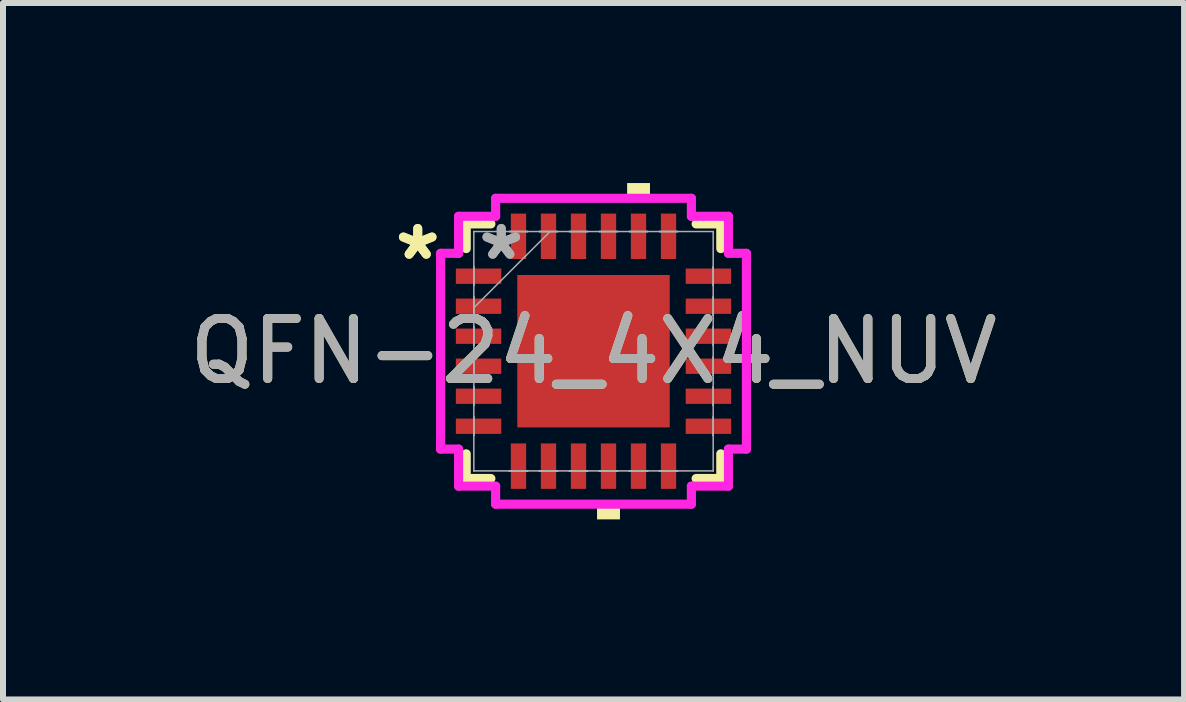
<source format=kicad_pcb>
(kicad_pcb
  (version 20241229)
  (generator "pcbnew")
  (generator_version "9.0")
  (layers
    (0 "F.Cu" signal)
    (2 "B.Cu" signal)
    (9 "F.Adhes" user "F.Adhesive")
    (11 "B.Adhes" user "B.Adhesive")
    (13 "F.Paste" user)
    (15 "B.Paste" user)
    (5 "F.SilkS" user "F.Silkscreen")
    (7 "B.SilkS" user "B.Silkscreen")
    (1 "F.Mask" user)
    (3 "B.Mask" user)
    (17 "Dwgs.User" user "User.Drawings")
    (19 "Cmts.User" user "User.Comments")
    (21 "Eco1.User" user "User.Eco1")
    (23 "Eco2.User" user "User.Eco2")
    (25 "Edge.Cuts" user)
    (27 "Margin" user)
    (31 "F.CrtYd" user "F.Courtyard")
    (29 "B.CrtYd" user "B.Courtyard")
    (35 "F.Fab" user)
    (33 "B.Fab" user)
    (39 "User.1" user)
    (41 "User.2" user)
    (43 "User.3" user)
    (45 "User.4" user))
  (footprint "QFN-24_4X4_NUV"
    (layer "F.Cu")
    (at 6.839 2.802)
    (property "Reference" "QFN-24_4X4_NUV" (at 0 0 0) (unlocked yes) (layer "F.SilkS") (effects (font (size 1 1) (thickness 0.15))))
    (attr smd)
    (fp_line (start -2.121 -2.121) (end -2.121 -1.71) (stroke (width 0.152) (type solid)) (layer "F.SilkS"))
    (fp_line (start -2.121 1.71) (end -2.121 2.121) (stroke (width 0.152) (type solid)) (layer "F.SilkS"))
    (fp_line (start -2.121 2.121) (end -1.71 2.121) (stroke (width 0.152) (type solid)) (layer "F.SilkS"))
    (fp_line (start -1.71 -2.121) (end -2.121 -2.121) (stroke (width 0.152) (type solid)) (layer "F.SilkS"))
    (fp_line (start 1.71 2.121) (end 2.121 2.121) (stroke (width 0.152) (type solid)) (layer "F.SilkS"))
    (fp_line (start 2.121 -2.121) (end 1.71 -2.121) (stroke (width 0.152) (type solid)) (layer "F.SilkS"))
    (fp_line (start 2.121 -1.71) (end 2.121 -2.121) (stroke (width 0.152) (type solid)) (layer "F.SilkS"))
    (fp_line (start 2.121 2.121) (end 2.121 1.71) (stroke (width 0.152) (type solid)) (layer "F.SilkS"))
    (fp_poly (pts (xy 0.059 2.548) (xy 0.059 2.802) (xy 0.441 2.802) (xy 0.441 2.548)) (stroke (width 0) (type solid)) (fill yes) (layer "F.SilkS"))
    (fp_poly (pts (xy 0.56 -2.548) (xy 0.56 -2.802) (xy 0.941 -2.802) (xy 0.941 -2.548)) (stroke (width 0) (type solid)) (fill yes) (layer "F.SilkS"))
    (fp_poly (pts (xy -1.17 -1.17) (xy -1.17 -0.1) (xy -0.1 -0.1) (xy -0.1 -1.17)) (stroke (width 0) (type solid)) (fill yes) (layer "F.Paste"))
    (fp_poly (pts (xy -1.17 0.1) (xy -1.17 1.17) (xy -0.1 1.17) (xy -0.1 0.1)) (stroke (width 0) (type solid)) (fill yes) (layer "F.Paste"))
    (fp_poly (pts (xy 0.1 -1.17) (xy 0.1 -0.1) (xy 1.17 -0.1) (xy 1.17 -1.17)) (stroke (width 0) (type solid)) (fill yes) (layer "F.Paste"))
    (fp_poly (pts (xy 0.1 0.1) (xy 0.1 1.17) (xy 1.17 1.17) (xy 1.17 0.1)) (stroke (width 0) (type solid)) (fill yes) (layer "F.Paste"))
    (fp_line (start -2.548 -1.631) (end -2.248 -1.631) (stroke (width 0.152) (type solid)) (layer "F.CrtYd"))
    (fp_line (start -2.548 1.631) (end -2.548 -1.631) (stroke (width 0.152) (type solid)) (layer "F.CrtYd"))
    (fp_line (start -2.248 -2.248) (end -1.631 -2.248) (stroke (width 0.152) (type solid)) (layer "F.CrtYd"))
    (fp_line (start -2.248 -1.631) (end -2.248 -2.248) (stroke (width 0.152) (type solid)) (layer "F.CrtYd"))
    (fp_line (start -2.248 1.631) (end -2.548 1.631) (stroke (width 0.152) (type solid)) (layer "F.CrtYd"))
    (fp_line (start -2.248 2.248) (end -2.248 1.631) (stroke (width 0.152) (type solid)) (layer "F.CrtYd"))
    (fp_line (start -1.631 -2.548) (end 1.631 -2.548) (stroke (width 0.152) (type solid)) (layer "F.CrtYd"))
    (fp_line (start -1.631 -2.248) (end -1.631 -2.548) (stroke (width 0.152) (type solid)) (layer "F.CrtYd"))
    (fp_line (start -1.631 2.248) (end -2.248 2.248) (stroke (width 0.152) (type solid)) (layer "F.CrtYd"))
    (fp_line (start -1.631 2.548) (end -1.631 2.248) (stroke (width 0.152) (type solid)) (layer "F.CrtYd"))
    (fp_line (start 1.631 -2.548) (end 1.631 -2.248) (stroke (width 0.152) (type solid)) (layer "F.CrtYd"))
    (fp_line (start 1.631 -2.248) (end 2.248 -2.248) (stroke (width 0.152) (type solid)) (layer "F.CrtYd"))
    (fp_line (start 1.631 2.248) (end 1.631 2.548) (stroke (width 0.152) (type solid)) (layer "F.CrtYd"))
    (fp_line (start 1.631 2.548) (end -1.631 2.548) (stroke (width 0.152) (type solid)) (layer "F.CrtYd"))
    (fp_line (start 2.248 -2.248) (end 2.248 -1.631) (stroke (width 0.152) (type solid)) (layer "F.CrtYd"))
    (fp_line (start 2.248 -1.631) (end 2.548 -1.631) (stroke (width 0.152) (type solid)) (layer "F.CrtYd"))
    (fp_line (start 2.248 1.631) (end 2.248 2.248) (stroke (width 0.152) (type solid)) (layer "F.CrtYd"))
    (fp_line (start 2.248 2.248) (end 1.631 2.248) (stroke (width 0.152) (type solid)) (layer "F.CrtYd"))
    (fp_line (start 2.548 -1.631) (end 2.548 1.631) (stroke (width 0.152) (type solid)) (layer "F.CrtYd"))
    (fp_line (start 2.548 1.631) (end 2.248 1.631) (stroke (width 0.152) (type solid)) (layer "F.CrtYd"))
    (fp_line (start -1.994 -1.994) (end -1.994 -1.994) (stroke (width 0.025) (type solid)) (layer "F.Fab"))
    (fp_line (start -1.994 -1.994) (end -1.994 1.994) (stroke (width 0.025) (type solid)) (layer "F.Fab"))
    (fp_line (start -1.994 -1.402) (end -1.994 -1.402) (stroke (width 0.025) (type solid)) (layer "F.Fab"))
    (fp_line (start -1.994 -1.402) (end -1.994 -1.098) (stroke (width 0.025) (type solid)) (layer "F.Fab"))
    (fp_line (start -1.994 -1.098) (end -1.994 -1.402) (stroke (width 0.025) (type solid)) (layer "F.Fab"))
    (fp_line (start -1.994 -1.098) (end -1.994 -1.098) (stroke (width 0.025) (type solid)) (layer "F.Fab"))
    (fp_line (start -1.994 -0.902) (end -1.994 -0.902) (stroke (width 0.025) (type solid)) (layer "F.Fab"))
    (fp_line (start -1.994 -0.902) (end -1.994 -0.598) (stroke (width 0.025) (type solid)) (layer "F.Fab"))
    (fp_line (start -1.994 -0.724) (end -0.724 -1.994) (stroke (width 0.025) (type solid)) (layer "F.Fab"))
    (fp_line (start -1.994 -0.598) (end -1.994 -0.902) (stroke (width 0.025) (type solid)) (layer "F.Fab"))
    (fp_line (start -1.994 -0.598) (end -1.994 -0.598) (stroke (width 0.025) (type solid)) (layer "F.Fab"))
    (fp_line (start -1.994 -0.402) (end -1.994 -0.402) (stroke (width 0.025) (type solid)) (layer "F.Fab"))
    (fp_line (start -1.994 -0.402) (end -1.994 -0.098) (stroke (width 0.025) (type solid)) (layer "F.Fab"))
    (fp_line (start -1.994 -0.098) (end -1.994 -0.402) (stroke (width 0.025) (type solid)) (layer "F.Fab"))
    (fp_line (start -1.994 -0.098) (end -1.994 -0.098) (stroke (width 0.025) (type solid)) (layer "F.Fab"))
    (fp_line (start -1.994 0.098) (end -1.994 0.098) (stroke (width 0.025) (type solid)) (layer "F.Fab"))
    (fp_line (start -1.994 0.098) (end -1.994 0.402) (stroke (width 0.025) (type solid)) (layer "F.Fab"))
    (fp_line (start -1.994 0.402) (end -1.994 0.098) (stroke (width 0.025) (type solid)) (layer "F.Fab"))
    (fp_line (start -1.994 0.402) (end -1.994 0.402) (stroke (width 0.025) (type solid)) (layer "F.Fab"))
    (fp_line (start -1.994 0.598) (end -1.994 0.598) (stroke (width 0.025) (type solid)) (layer "F.Fab"))
    (fp_line (start -1.994 0.598) (end -1.994 0.902) (stroke (width 0.025) (type solid)) (layer "F.Fab"))
    (fp_line (start -1.994 0.902) (end -1.994 0.598) (stroke (width 0.025) (type solid)) (layer "F.Fab"))
    (fp_line (start -1.994 0.902) (end -1.994 0.902) (stroke (width 0.025) (type solid)) (layer "F.Fab"))
    (fp_line (start -1.994 1.098) (end -1.994 1.098) (stroke (width 0.025) (type solid)) (layer "F.Fab"))
    (fp_line (start -1.994 1.098) (end -1.994 1.402) (stroke (width 0.025) (type solid)) (layer "F.Fab"))
    (fp_line (start -1.994 1.402) (end -1.994 1.098) (stroke (width 0.025) (type solid)) (layer "F.Fab"))
    (fp_line (start -1.994 1.402) (end -1.994 1.402) (stroke (width 0.025) (type solid)) (layer "F.Fab"))
    (fp_line (start -1.994 1.994) (end -1.994 1.994) (stroke (width 0.025) (type solid)) (layer "F.Fab"))
    (fp_line (start -1.994 1.994) (end 1.994 1.994) (stroke (width 0.025) (type solid)) (layer "F.Fab"))
    (fp_line (start -1.402 -1.994) (end -1.402 -1.994) (stroke (width 0.025) (type solid)) (layer "F.Fab"))
    (fp_line (start -1.402 -1.994) (end -1.098 -1.994) (stroke (width 0.025) (type solid)) (layer "F.Fab"))
    (fp_line (start -1.402 1.994) (end -1.402 1.994) (stroke (width 0.025) (type solid)) (layer "F.Fab"))
    (fp_line (start -1.402 1.994) (end -1.098 1.994) (stroke (width 0.025) (type solid)) (layer "F.Fab"))
    (fp_line (start -1.098 -1.994) (end -1.402 -1.994) (stroke (width 0.025) (type solid)) (layer "F.Fab"))
    (fp_line (start -1.098 -1.994) (end -1.098 -1.994) (stroke (width 0.025) (type solid)) (layer "F.Fab"))
    (fp_line (start -1.098 1.994) (end -1.402 1.994) (stroke (width 0.025) (type solid)) (layer "F.Fab"))
    (fp_line (start -1.098 1.994) (end -1.098 1.994) (stroke (width 0.025) (type solid)) (layer "F.Fab"))
    (fp_line (start -0.902 -1.994) (end -0.902 -1.994) (stroke (width 0.025) (type solid)) (layer "F.Fab"))
    (fp_line (start -0.902 -1.994) (end -0.598 -1.994) (stroke (width 0.025) (type solid)) (layer "F.Fab"))
    (fp_line (start -0.902 1.994) (end -0.902 1.994) (stroke (width 0.025) (type solid)) (layer "F.Fab"))
    (fp_line (start -0.902 1.994) (end -0.598 1.994) (stroke (width 0.025) (type solid)) (layer "F.Fab"))
    (fp_line (start -0.598 -1.994) (end -0.902 -1.994) (stroke (width 0.025) (type solid)) (layer "F.Fab"))
    (fp_line (start -0.598 -1.994) (end -0.598 -1.994) (stroke (width 0.025) (type solid)) (layer "F.Fab"))
    (fp_line (start -0.598 1.994) (end -0.902 1.994) (stroke (width 0.025) (type solid)) (layer "F.Fab"))
    (fp_line (start -0.598 1.994) (end -0.598 1.994) (stroke (width 0.025) (type solid)) (layer "F.Fab"))
    (fp_line (start -0.402 -1.994) (end -0.402 -1.994) (stroke (width 0.025) (type solid)) (layer "F.Fab"))
    (fp_line (start -0.402 -1.994) (end -0.098 -1.994) (stroke (width 0.025) (type solid)) (layer "F.Fab"))
    (fp_line (start -0.402 1.994) (end -0.402 1.994) (stroke (width 0.025) (type solid)) (layer "F.Fab"))
    (fp_line (start -0.402 1.994) (end -0.098 1.994) (stroke (width 0.025) (type solid)) (layer "F.Fab"))
    (fp_line (start -0.098 -1.994) (end -0.402 -1.994) (stroke (width 0.025) (type solid)) (layer "F.Fab"))
    (fp_line (start -0.098 -1.994) (end -0.098 -1.994) (stroke (width 0.025) (type solid)) (layer "F.Fab"))
    (fp_line (start -0.098 1.994) (end -0.402 1.994) (stroke (width 0.025) (type solid)) (layer "F.Fab"))
    (fp_line (start -0.098 1.994) (end -0.098 1.994) (stroke (width 0.025) (type solid)) (layer "F.Fab"))
    (fp_line (start 0.098 -1.994) (end 0.098 -1.994) (stroke (width 0.025) (type solid)) (layer "F.Fab"))
    (fp_line (start 0.098 -1.994) (end 0.402 -1.994) (stroke (width 0.025) (type solid)) (layer "F.Fab"))
    (fp_line (start 0.098 1.994) (end 0.098 1.994) (stroke (width 0.025) (type solid)) (layer "F.Fab"))
    (fp_line (start 0.098 1.994) (end 0.402 1.994) (stroke (width 0.025) (type solid)) (layer "F.Fab"))
    (fp_line (start 0.402 -1.994) (end 0.098 -1.994) (stroke (width 0.025) (type solid)) (layer "F.Fab"))
    (fp_line (start 0.402 -1.994) (end 0.402 -1.994) (stroke (width 0.025) (type solid)) (layer "F.Fab"))
    (fp_line (start 0.402 1.994) (end 0.098 1.994) (stroke (width 0.025) (type solid)) (layer "F.Fab"))
    (fp_line (start 0.402 1.994) (end 0.402 1.994) (stroke (width 0.025) (type solid)) (layer "F.Fab"))
    (fp_line (start 0.598 -1.994) (end 0.598 -1.994) (stroke (width 0.025) (type solid)) (layer "F.Fab"))
    (fp_line (start 0.598 -1.994) (end 0.902 -1.994) (stroke (width 0.025) (type solid)) (layer "F.Fab"))
    (fp_line (start 0.598 1.994) (end 0.598 1.994) (stroke (width 0.025) (type solid)) (layer "F.Fab"))
    (fp_line (start 0.598 1.994) (end 0.902 1.994) (stroke (width 0.025) (type solid)) (layer "F.Fab"))
    (fp_line (start 0.902 -1.994) (end 0.598 -1.994) (stroke (width 0.025) (type solid)) (layer "F.Fab"))
    (fp_line (start 0.902 -1.994) (end 0.902 -1.994) (stroke (width 0.025) (type solid)) (layer "F.Fab"))
    (fp_line (start 0.902 1.994) (end 0.598 1.994) (stroke (width 0.025) (type solid)) (layer "F.Fab"))
    (fp_line (start 0.902 1.994) (end 0.902 1.994) (stroke (width 0.025) (type solid)) (layer "F.Fab"))
    (fp_line (start 1.098 -1.994) (end 1.098 -1.994) (stroke (width 0.025) (type solid)) (layer "F.Fab"))
    (fp_line (start 1.098 -1.994) (end 1.402 -1.994) (stroke (width 0.025) (type solid)) (layer "F.Fab"))
    (fp_line (start 1.098 1.994) (end 1.098 1.994) (stroke (width 0.025) (type solid)) (layer "F.Fab"))
    (fp_line (start 1.098 1.994) (end 1.402 1.994) (stroke (width 0.025) (type solid)) (layer "F.Fab"))
    (fp_line (start 1.402 -1.994) (end 1.098 -1.994) (stroke (width 0.025) (type solid)) (layer "F.Fab"))
    (fp_line (start 1.402 -1.994) (end 1.402 -1.994) (stroke (width 0.025) (type solid)) (layer "F.Fab"))
    (fp_line (start 1.402 1.994) (end 1.098 1.994) (stroke (width 0.025) (type solid)) (layer "F.Fab"))
    (fp_line (start 1.402 1.994) (end 1.402 1.994) (stroke (width 0.025) (type solid)) (layer "F.Fab"))
    (fp_line (start 1.994 -1.994) (end -1.994 -1.994) (stroke (width 0.025) (type solid)) (layer "F.Fab"))
    (fp_line (start 1.994 -1.994) (end 1.994 -1.994) (stroke (width 0.025) (type solid)) (layer "F.Fab"))
    (fp_line (start 1.994 -1.402) (end 1.994 -1.402) (stroke (width 0.025) (type solid)) (layer "F.Fab"))
    (fp_line (start 1.994 -1.402) (end 1.994 -1.098) (stroke (width 0.025) (type solid)) (layer "F.Fab"))
    (fp_line (start 1.994 -1.098) (end 1.994 -1.402) (stroke (width 0.025) (type solid)) (layer "F.Fab"))
    (fp_line (start 1.994 -1.098) (end 1.994 -1.098) (stroke (width 0.025) (type solid)) (layer "F.Fab"))
    (fp_line (start 1.994 -0.902) (end 1.994 -0.902) (stroke (width 0.025) (type solid)) (layer "F.Fab"))
    (fp_line (start 1.994 -0.902) (end 1.994 -0.598) (stroke (width 0.025) (type solid)) (layer "F.Fab"))
    (fp_line (start 1.994 -0.598) (end 1.994 -0.902) (stroke (width 0.025) (type solid)) (layer "F.Fab"))
    (fp_line (start 1.994 -0.598) (end 1.994 -0.598) (stroke (width 0.025) (type solid)) (layer "F.Fab"))
    (fp_line (start 1.994 -0.402) (end 1.994 -0.402) (stroke (width 0.025) (type solid)) (layer "F.Fab"))
    (fp_line (start 1.994 -0.402) (end 1.994 -0.098) (stroke (width 0.025) (type solid)) (layer "F.Fab"))
    (fp_line (start 1.994 -0.098) (end 1.994 -0.402) (stroke (width 0.025) (type solid)) (layer "F.Fab"))
    (fp_line (start 1.994 -0.098) (end 1.994 -0.098) (stroke (width 0.025) (type solid)) (layer "F.Fab"))
    (fp_line (start 1.994 0.098) (end 1.994 0.098) (stroke (width 0.025) (type solid)) (layer "F.Fab"))
    (fp_line (start 1.994 0.098) (end 1.994 0.402) (stroke (width 0.025) (type solid)) (layer "F.Fab"))
    (fp_line (start 1.994 0.402) (end 1.994 0.098) (stroke (width 0.025) (type solid)) (layer "F.Fab"))
    (fp_line (start 1.994 0.402) (end 1.994 0.402) (stroke (width 0.025) (type solid)) (layer "F.Fab"))
    (fp_line (start 1.994 0.598) (end 1.994 0.598) (stroke (width 0.025) (type solid)) (layer "F.Fab"))
    (fp_line (start 1.994 0.598) (end 1.994 0.902) (stroke (width 0.025) (type solid)) (layer "F.Fab"))
    (fp_line (start 1.994 0.902) (end 1.994 0.598) (stroke (width 0.025) (type solid)) (layer "F.Fab"))
    (fp_line (start 1.994 0.902) (end 1.994 0.902) (stroke (width 0.025) (type solid)) (layer "F.Fab"))
    (fp_line (start 1.994 1.098) (end 1.994 1.098) (stroke (width 0.025) (type solid)) (layer "F.Fab"))
    (fp_line (start 1.994 1.098) (end 1.994 1.402) (stroke (width 0.025) (type solid)) (layer "F.Fab"))
    (fp_line (start 1.994 1.402) (end 1.994 1.098) (stroke (width 0.025) (type solid)) (layer "F.Fab"))
    (fp_line (start 1.994 1.402) (end 1.994 1.402) (stroke (width 0.025) (type solid)) (layer "F.Fab"))
    (fp_line (start 1.994 1.994) (end 1.994 -1.994) (stroke (width 0.025) (type solid)) (layer "F.Fab"))
    (fp_line (start 1.994 1.994) (end 1.994 1.994) (stroke (width 0.025) (type solid)) (layer "F.Fab"))
    (fp_text user "*" (at -2.929 -1.5 0) (layer "F.SilkS") (effects (font (size 1 1) (thickness 0.15))))
    (fp_text user "*" (at -2.929 -1.5 0) (unlocked yes) (layer "F.SilkS") (effects (font (size 1 1) (thickness 0.15))))
    (fp_text user "*" (at -1.537 -1.5 0) (unlocked yes) (layer "F.Fab") (effects (font (size 1 1) (thickness 0.15))))
    (fp_text user "*" (at -1.537 -1.5 0) (layer "F.Fab") (effects (font (size 1 1) (thickness 0.15))))
    (fp_text user "${REFERENCE}" (at 0 0 0) (unlocked yes) (layer "F.Fab") (effects (font (size 1 1) (thickness 0.15))))
    (pad "1" smd rect (at -1.915 -1.25 90) (size 0.255 0.757) (layers "F.Cu" "F.Mask" "F.Paste"))
    (pad "2" smd rect (at -1.915 -0.75 90) (size 0.255 0.757) (layers "F.Cu" "F.Mask" "F.Paste"))
    (pad "3" smd rect (at -1.915 -0.25 90) (size 0.255 0.757) (layers "F.Cu" "F.Mask" "F.Paste"))
    (pad "4" smd rect (at -1.915 0.25 90) (size 0.255 0.757) (layers "F.Cu" "F.Mask" "F.Paste"))
    (pad "5" smd rect (at -1.915 0.75 90) (size 0.255 0.757) (layers "F.Cu" "F.Mask" "F.Paste"))
    (pad "6" smd rect (at -1.915 1.25 90) (size 0.255 0.757) (layers "F.Cu" "F.Mask" "F.Paste"))
    (pad "7" smd rect (at -1.25 1.915) (size 0.255 0.757) (layers "F.Cu" "F.Mask" "F.Paste"))
    (pad "8" smd rect (at -0.75 1.915) (size 0.255 0.757) (layers "F.Cu" "F.Mask" "F.Paste"))
    (pad "9" smd rect (at -0.25 1.915) (size 0.255 0.757) (layers "F.Cu" "F.Mask" "F.Paste"))
    (pad "10" smd rect (at 0.25 1.915) (size 0.255 0.757) (layers "F.Cu" "F.Mask" "F.Paste"))
    (pad "11" smd rect (at 0.75 1.915) (size 0.255 0.757) (layers "F.Cu" "F.Mask" "F.Paste"))
    (pad "12" smd rect (at 1.25 1.915) (size 0.255 0.757) (layers "F.Cu" "F.Mask" "F.Paste"))
    (pad "13" smd rect (at 1.915 1.25 90) (size 0.255 0.757) (layers "F.Cu" "F.Mask" "F.Paste"))
    (pad "14" smd rect (at 1.915 0.75 90) (size 0.255 0.757) (layers "F.Cu" "F.Mask" "F.Paste"))
    (pad "15" smd rect (at 1.915 0.25 90) (size 0.255 0.757) (layers "F.Cu" "F.Mask" "F.Paste"))
    (pad "16" smd rect (at 1.915 -0.25 90) (size 0.255 0.757) (layers "F.Cu" "F.Mask" "F.Paste"))
    (pad "17" smd rect (at 1.915 -0.75 90) (size 0.255 0.757) (layers "F.Cu" "F.Mask" "F.Paste"))
    (pad "18" smd rect (at 1.915 -1.25 90) (size 0.255 0.757) (layers "F.Cu" "F.Mask" "F.Paste"))
    (pad "19" smd rect (at 1.25 -1.915) (size 0.255 0.757) (layers "F.Cu" "F.Mask" "F.Paste"))
    (pad "20" smd rect (at 0.75 -1.915) (size 0.255 0.757) (layers "F.Cu" "F.Mask" "F.Paste"))
    (pad "21" smd rect (at 0.25 -1.915) (size 0.255 0.757) (layers "F.Cu" "F.Mask" "F.Paste"))
    (pad "22" smd rect (at -0.25 -1.915) (size 0.255 0.757) (layers "F.Cu" "F.Mask" "F.Paste"))
    (pad "23" smd rect (at -0.75 -1.915) (size 0.255 0.757) (layers "F.Cu" "F.Mask" "F.Paste"))
    (pad "24" smd rect (at -1.25 -1.915) (size 0.255 0.757) (layers "F.Cu" "F.Mask" "F.Paste"))
    (pad "25" smd rect (at 0 0) (size 2.54 2.54) (layers "F.Cu" "F.Mask")))
  (gr_rect
    (start -3 -3)
    (end 16.679 8.604)
    (stroke (width 0.1) (type default))
    (fill no)
    (layer "Edge.Cuts")))
</source>
